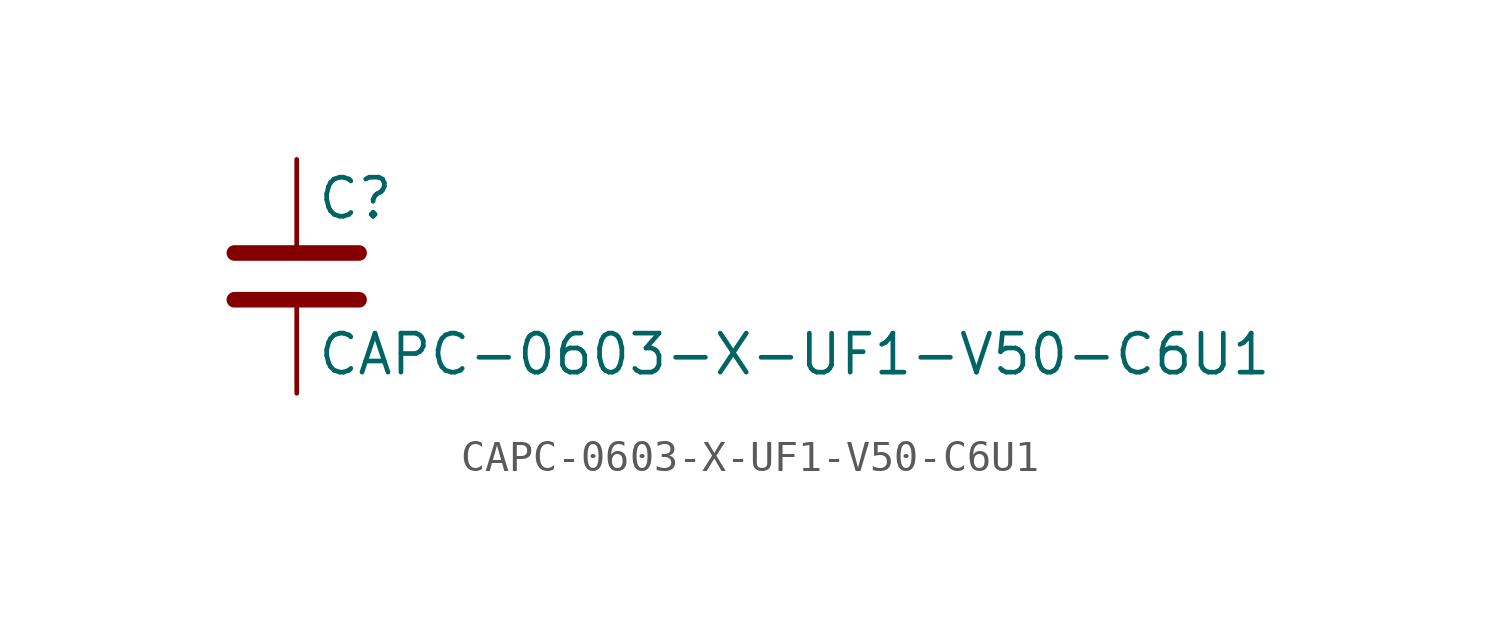
<source format=kicad_sym>
(kicad_symbol_lib
  (version 20211014)
  (generator kicad_symbol_editor)
  (symbol "CAPC-0603-X-UF1-V50-C6U1"
    (pin_numbers hide)
    (pin_names
      (offset 0.254))
    (property "Reference" "C"
      (at 0.635 2.54 0)
      (effects (font (size 1.27 1.27)) (justify left)))
    (property "Value" "CAPC-0603-X-UF1-V50-C6U1"
      (at 0.635 -2.54 0)
      (effects (font (size 1.27 1.27)) (justify left)))
    (symbol "CAPC-0603-X-UF1-V50-C6U1_0_1"
      (polyline (pts (xy -2.032 -0.762) (xy 2.032 -0.762)) (stroke (width 0.508) (type default) (color 0 0 0 0)) (fill (type none)))
      (polyline (pts (xy -2.032 0.762) (xy 2.032 0.762)) (stroke (width 0.508) (type default) (color 0 0 0 0)) (fill (type none))))
    (symbol "CAPC-0603-X-UF1-V50-C6U1_1_1"
      (pin passive line (at 0 3.81 270) (length 2.794) (name "~" (effects (font (size 1.27 1.27)))) (number "1" (effects (font (size 1.27 1.27)))))
      (pin passive line (at 0 -3.81 90) (length 2.794) (name "~" (effects (font (size 1.27 1.27)))) (number "2" (effects (font (size 1.27 1.27))))))))
</source>
